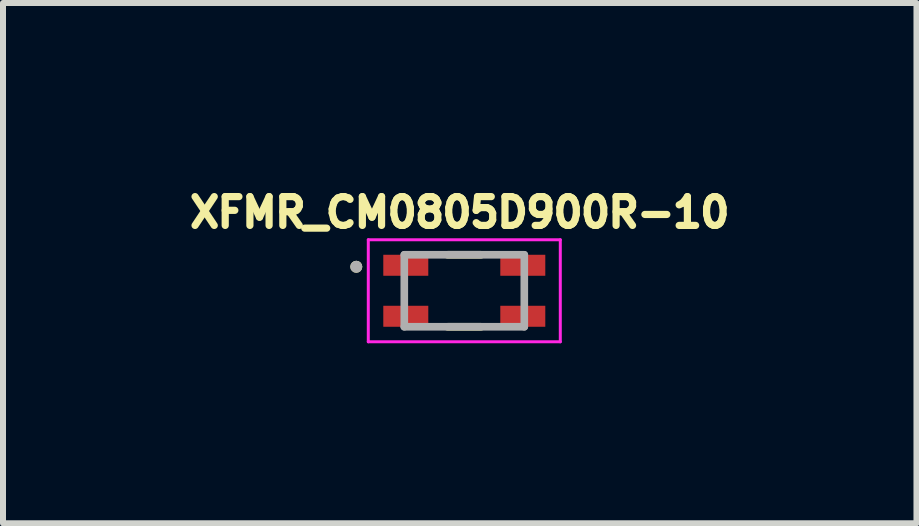
<source format=kicad_pcb>
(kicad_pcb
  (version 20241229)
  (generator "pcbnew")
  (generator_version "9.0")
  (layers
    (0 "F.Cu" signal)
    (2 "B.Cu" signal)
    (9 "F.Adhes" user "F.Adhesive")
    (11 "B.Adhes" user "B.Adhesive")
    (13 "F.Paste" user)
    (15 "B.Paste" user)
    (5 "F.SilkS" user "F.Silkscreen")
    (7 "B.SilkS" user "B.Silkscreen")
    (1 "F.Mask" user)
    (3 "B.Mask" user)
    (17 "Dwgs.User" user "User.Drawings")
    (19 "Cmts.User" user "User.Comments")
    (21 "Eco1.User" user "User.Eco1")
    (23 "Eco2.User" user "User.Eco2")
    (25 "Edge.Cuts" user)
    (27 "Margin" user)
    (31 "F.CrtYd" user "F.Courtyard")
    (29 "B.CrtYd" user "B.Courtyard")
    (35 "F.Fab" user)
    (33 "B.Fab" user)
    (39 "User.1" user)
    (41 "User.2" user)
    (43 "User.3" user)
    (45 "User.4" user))
  (footprint "XFMR_CM0805D900R-10"
    (layer "F.Cu")
    (at 4.688 1.796)
    (property "Reference" "XFMR_CM0805D900R-10" (at -0.076 -1.305 0) (layer "F.SilkS") (effects (font (size 0.48 0.48) (thickness 0.15))))
    (attr smd)
    (fp_line (start -0.28 -0.6) (end 0.28 -0.6) (stroke (width 0.127) (type solid)) (layer "F.SilkS"))
    (fp_line (start -0.28 0.6) (end 0.28 0.6) (stroke (width 0.127) (type solid)) (layer "F.SilkS"))
    (fp_circle (center -1.8 -0.4) (end -1.75 -0.4) (stroke (width 0.1) (type solid)) (fill no) (layer "F.SilkS"))
    (fp_line (start -1.6 -0.85) (end -1.6 0.85) (stroke (width 0.05) (type solid)) (layer "F.CrtYd"))
    (fp_line (start -1.6 0.85) (end 1.6 0.85) (stroke (width 0.05) (type solid)) (layer "F.CrtYd"))
    (fp_line (start 1.6 -0.85) (end -1.6 -0.85) (stroke (width 0.05) (type solid)) (layer "F.CrtYd"))
    (fp_line (start 1.6 0.85) (end 1.6 -0.85) (stroke (width 0.05) (type solid)) (layer "F.CrtYd"))
    (fp_line (start -1 -0.6) (end 1 -0.6) (stroke (width 0.127) (type solid)) (layer "F.Fab"))
    (fp_line (start -1 0.6) (end -1 -0.6) (stroke (width 0.127) (type solid)) (layer "F.Fab"))
    (fp_line (start 1 -0.6) (end 1 0.6) (stroke (width 0.127) (type solid)) (layer "F.Fab"))
    (fp_line (start 1 0.6) (end -1 0.6) (stroke (width 0.127) (type solid)) (layer "F.Fab"))
    (fp_circle (center -1.8 -0.4) (end -1.75 -0.4) (stroke (width 0.1) (type solid)) (fill no) (layer "F.Fab"))
    (pad "1" smd rect (at -0.975 -0.425) (size 0.75 0.35) (layers "F.Cu" "F.Mask" "F.Paste"))
    (pad "2" smd rect (at -0.975 0.425) (size 0.75 0.35) (layers "F.Cu" "F.Mask" "F.Paste"))
    (pad "3" smd rect (at 0.975 0.425) (size 0.75 0.35) (layers "F.Cu" "F.Mask" "F.Paste"))
    (pad "4" smd rect (at 0.975 -0.425) (size 0.75 0.35) (layers "F.Cu" "F.Mask" "F.Paste")))
  (gr_rect
    (start -3 -3)
    (end 12.224 5.671)
    (stroke (width 0.1) (type default))
    (fill no)
    (layer "Edge.Cuts")))
</source>
